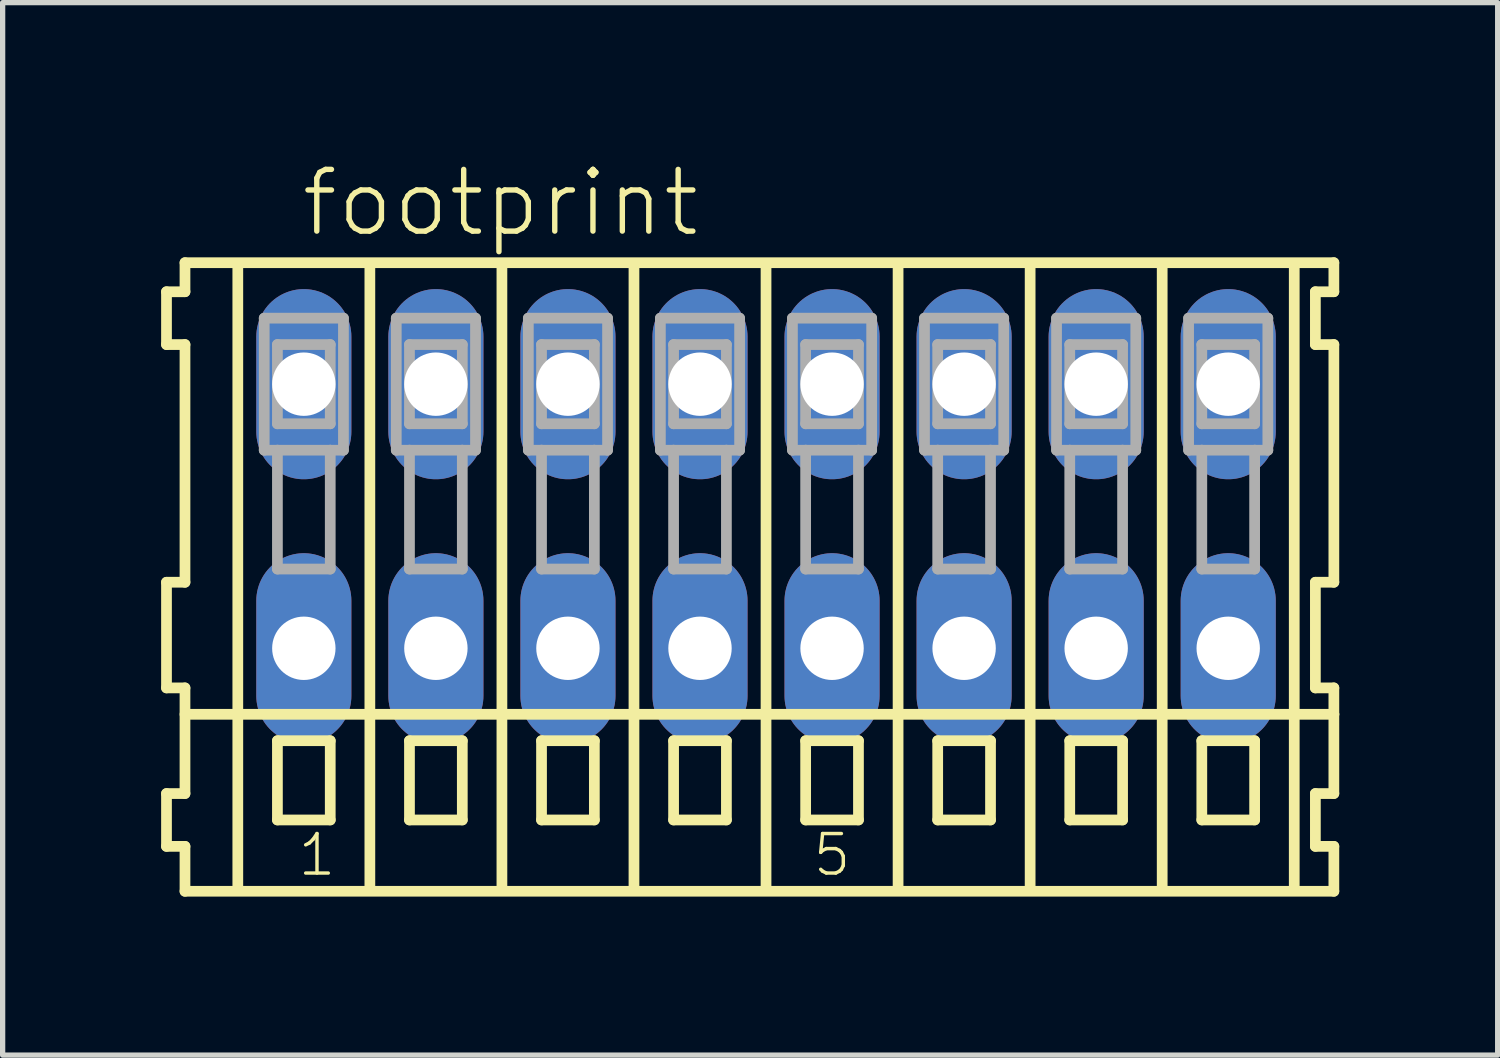
<source format=kicad_pcb>
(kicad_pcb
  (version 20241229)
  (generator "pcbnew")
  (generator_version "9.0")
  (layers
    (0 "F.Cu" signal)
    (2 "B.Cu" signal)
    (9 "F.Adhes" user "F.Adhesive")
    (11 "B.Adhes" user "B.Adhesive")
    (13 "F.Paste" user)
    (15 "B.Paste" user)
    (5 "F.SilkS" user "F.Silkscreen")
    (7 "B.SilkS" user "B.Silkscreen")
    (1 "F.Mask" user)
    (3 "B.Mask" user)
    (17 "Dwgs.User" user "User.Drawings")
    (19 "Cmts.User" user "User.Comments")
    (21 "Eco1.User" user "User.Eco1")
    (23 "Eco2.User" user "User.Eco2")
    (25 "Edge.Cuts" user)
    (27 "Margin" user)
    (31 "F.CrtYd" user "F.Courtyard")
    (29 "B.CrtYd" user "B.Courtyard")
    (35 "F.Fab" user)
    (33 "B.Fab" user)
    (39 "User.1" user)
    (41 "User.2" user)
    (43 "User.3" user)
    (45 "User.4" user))
  (footprint "footprint"
    (layer "F.Cu")
    (at 11.452 6.723)
    (property "Reference" "footprint" (at -8.85 -5.25 0) (layer "F.SilkS") (effects (font (size 1.168 1.168) (thickness 0.102)) (justify left bottom)))
    (fp_line (start -11.35 -4.25) (end -11.35 -3.25) (stroke (width 0.203) (type solid)) (layer "F.SilkS"))
    (fp_line (start -11.35 -3.25) (end -11 -3.25) (stroke (width 0.203) (type solid)) (layer "F.SilkS"))
    (fp_line (start -11.35 1.25) (end -11.35 3.25) (stroke (width 0.203) (type solid)) (layer "F.SilkS"))
    (fp_line (start -11.35 3.25) (end -11 3.25) (stroke (width 0.203) (type solid)) (layer "F.SilkS"))
    (fp_line (start -11.35 5.25) (end -11.35 6.25) (stroke (width 0.203) (type solid)) (layer "F.SilkS"))
    (fp_line (start -11.35 6.25) (end -11 6.25) (stroke (width 0.203) (type solid)) (layer "F.SilkS"))
    (fp_line (start -11 -4.8) (end -11 -4.25) (stroke (width 0.203) (type solid)) (layer "F.SilkS"))
    (fp_line (start -11 -4.25) (end -11.35 -4.25) (stroke (width 0.203) (type solid)) (layer "F.SilkS"))
    (fp_line (start -11 -3.25) (end -11 1.25) (stroke (width 0.203) (type solid)) (layer "F.SilkS"))
    (fp_line (start -11 1.25) (end -11.35 1.25) (stroke (width 0.203) (type solid)) (layer "F.SilkS"))
    (fp_line (start -11 3.25) (end -11 5.25) (stroke (width 0.203) (type solid)) (layer "F.SilkS"))
    (fp_line (start -11 3.75) (end 10.75 3.75) (stroke (width 0.203) (type solid)) (layer "F.SilkS"))
    (fp_line (start -11 5.25) (end -11.35 5.25) (stroke (width 0.203) (type solid)) (layer "F.SilkS"))
    (fp_line (start -11 6.25) (end -11 7.1) (stroke (width 0.203) (type solid)) (layer "F.SilkS"))
    (fp_line (start -11 7.1) (end 10.75 7.1) (stroke (width 0.203) (type solid)) (layer "F.SilkS"))
    (fp_line (start -10 -4.75) (end -10 7) (stroke (width 0.203) (type solid)) (layer "F.SilkS"))
    (fp_line (start -9.25 4.25) (end -9.25 5.75) (stroke (width 0.203) (type solid)) (layer "F.SilkS"))
    (fp_line (start -9.25 5.75) (end -8.25 5.75) (stroke (width 0.203) (type solid)) (layer "F.SilkS"))
    (fp_line (start -8.25 4.25) (end -9.25 4.25) (stroke (width 0.203) (type solid)) (layer "F.SilkS"))
    (fp_line (start -8.25 5.75) (end -8.25 4.25) (stroke (width 0.203) (type solid)) (layer "F.SilkS"))
    (fp_line (start -7.5 -4.75) (end -7.5 7) (stroke (width 0.203) (type solid)) (layer "F.SilkS"))
    (fp_line (start -6.75 4.25) (end -6.75 5.75) (stroke (width 0.203) (type solid)) (layer "F.SilkS"))
    (fp_line (start -6.75 5.75) (end -5.75 5.75) (stroke (width 0.203) (type solid)) (layer "F.SilkS"))
    (fp_line (start -5.75 4.25) (end -6.75 4.25) (stroke (width 0.203) (type solid)) (layer "F.SilkS"))
    (fp_line (start -5.75 5.75) (end -5.75 4.25) (stroke (width 0.203) (type solid)) (layer "F.SilkS"))
    (fp_line (start -5 -4.75) (end -5 7) (stroke (width 0.203) (type solid)) (layer "F.SilkS"))
    (fp_line (start -4.25 4.25) (end -4.25 5.75) (stroke (width 0.203) (type solid)) (layer "F.SilkS"))
    (fp_line (start -4.25 5.75) (end -3.25 5.75) (stroke (width 0.203) (type solid)) (layer "F.SilkS"))
    (fp_line (start -3.25 4.25) (end -4.25 4.25) (stroke (width 0.203) (type solid)) (layer "F.SilkS"))
    (fp_line (start -3.25 5.75) (end -3.25 4.25) (stroke (width 0.203) (type solid)) (layer "F.SilkS"))
    (fp_line (start -2.5 -4.75) (end -2.5 7) (stroke (width 0.203) (type solid)) (layer "F.SilkS"))
    (fp_line (start -1.75 4.25) (end -1.75 5.75) (stroke (width 0.203) (type solid)) (layer "F.SilkS"))
    (fp_line (start -1.75 5.75) (end -0.75 5.75) (stroke (width 0.203) (type solid)) (layer "F.SilkS"))
    (fp_line (start -0.75 4.25) (end -1.75 4.25) (stroke (width 0.203) (type solid)) (layer "F.SilkS"))
    (fp_line (start -0.75 5.75) (end -0.75 4.25) (stroke (width 0.203) (type solid)) (layer "F.SilkS"))
    (fp_line (start 0 -4.75) (end 0 7) (stroke (width 0.203) (type solid)) (layer "F.SilkS"))
    (fp_line (start 0.75 4.25) (end 0.75 5.75) (stroke (width 0.203) (type solid)) (layer "F.SilkS"))
    (fp_line (start 0.75 5.75) (end 1.75 5.75) (stroke (width 0.203) (type solid)) (layer "F.SilkS"))
    (fp_line (start 1.75 4.25) (end 0.75 4.25) (stroke (width 0.203) (type solid)) (layer "F.SilkS"))
    (fp_line (start 1.75 5.75) (end 1.75 4.25) (stroke (width 0.203) (type solid)) (layer "F.SilkS"))
    (fp_line (start 2.5 -4.75) (end 2.5 7) (stroke (width 0.203) (type solid)) (layer "F.SilkS"))
    (fp_line (start 3.25 4.25) (end 3.25 5.75) (stroke (width 0.203) (type solid)) (layer "F.SilkS"))
    (fp_line (start 3.25 5.75) (end 4.25 5.75) (stroke (width 0.203) (type solid)) (layer "F.SilkS"))
    (fp_line (start 4.25 4.25) (end 3.25 4.25) (stroke (width 0.203) (type solid)) (layer "F.SilkS"))
    (fp_line (start 4.25 5.75) (end 4.25 4.25) (stroke (width 0.203) (type solid)) (layer "F.SilkS"))
    (fp_line (start 5 -4.75) (end 5 7) (stroke (width 0.203) (type solid)) (layer "F.SilkS"))
    (fp_line (start 5.75 4.25) (end 5.75 5.75) (stroke (width 0.203) (type solid)) (layer "F.SilkS"))
    (fp_line (start 5.75 5.75) (end 6.75 5.75) (stroke (width 0.203) (type solid)) (layer "F.SilkS"))
    (fp_line (start 6.75 4.25) (end 5.75 4.25) (stroke (width 0.203) (type solid)) (layer "F.SilkS"))
    (fp_line (start 6.75 5.75) (end 6.75 4.25) (stroke (width 0.203) (type solid)) (layer "F.SilkS"))
    (fp_line (start 7.5 -4.75) (end 7.5 7) (stroke (width 0.203) (type solid)) (layer "F.SilkS"))
    (fp_line (start 8.25 4.25) (end 8.25 5.75) (stroke (width 0.203) (type solid)) (layer "F.SilkS"))
    (fp_line (start 8.25 5.75) (end 9.25 5.75) (stroke (width 0.203) (type solid)) (layer "F.SilkS"))
    (fp_line (start 9.25 4.25) (end 8.25 4.25) (stroke (width 0.203) (type solid)) (layer "F.SilkS"))
    (fp_line (start 9.25 5.75) (end 9.25 4.25) (stroke (width 0.203) (type solid)) (layer "F.SilkS"))
    (fp_line (start 10 -4.75) (end 10 7) (stroke (width 0.203) (type solid)) (layer "F.SilkS"))
    (fp_line (start 10.4 -4.25) (end 10.4 -3.25) (stroke (width 0.203) (type solid)) (layer "F.SilkS"))
    (fp_line (start 10.4 -3.25) (end 10.75 -3.25) (stroke (width 0.203) (type solid)) (layer "F.SilkS"))
    (fp_line (start 10.4 1.25) (end 10.4 3.25) (stroke (width 0.203) (type solid)) (layer "F.SilkS"))
    (fp_line (start 10.4 3.25) (end 10.75 3.25) (stroke (width 0.203) (type solid)) (layer "F.SilkS"))
    (fp_line (start 10.4 5.25) (end 10.4 6.25) (stroke (width 0.203) (type solid)) (layer "F.SilkS"))
    (fp_line (start 10.4 6.25) (end 10.75 6.25) (stroke (width 0.203) (type solid)) (layer "F.SilkS"))
    (fp_line (start 10.75 -4.8) (end -11 -4.8) (stroke (width 0.203) (type solid)) (layer "F.SilkS"))
    (fp_line (start 10.75 -4.25) (end 10.4 -4.25) (stroke (width 0.203) (type solid)) (layer "F.SilkS"))
    (fp_line (start 10.75 -4.25) (end 10.75 -4.8) (stroke (width 0.203) (type solid)) (layer "F.SilkS"))
    (fp_line (start 10.75 1.25) (end 10.4 1.25) (stroke (width 0.203) (type solid)) (layer "F.SilkS"))
    (fp_line (start 10.75 1.25) (end 10.75 -3.25) (stroke (width 0.203) (type solid)) (layer "F.SilkS"))
    (fp_line (start 10.75 3.75) (end 10.75 3.25) (stroke (width 0.203) (type solid)) (layer "F.SilkS"))
    (fp_line (start 10.75 5.25) (end 10.4 5.25) (stroke (width 0.203) (type solid)) (layer "F.SilkS"))
    (fp_line (start 10.75 5.25) (end 10.75 3.75) (stroke (width 0.203) (type solid)) (layer "F.SilkS"))
    (fp_line (start 10.75 7.1) (end 10.75 6.25) (stroke (width 0.203) (type solid)) (layer "F.SilkS"))
    (fp_line (start -9.5 -3.75) (end -9.5 -1.25) (stroke (width 0.203) (type solid)) (layer "F.Fab"))
    (fp_line (start -9.5 -1.25) (end -9.25 -1.25) (stroke (width 0.203) (type solid)) (layer "F.Fab"))
    (fp_line (start -9.25 -3.25) (end -9.25 -1.75) (stroke (width 0.203) (type solid)) (layer "F.Fab"))
    (fp_line (start -9.25 -1.75) (end -8.25 -1.75) (stroke (width 0.203) (type solid)) (layer "F.Fab"))
    (fp_line (start -9.25 -1.25) (end -9.25 1) (stroke (width 0.203) (type solid)) (layer "F.Fab"))
    (fp_line (start -9.25 -1.25) (end -8.25 -1.25) (stroke (width 0.203) (type solid)) (layer "F.Fab"))
    (fp_line (start -9.25 1) (end -8.25 1) (stroke (width 0.203) (type solid)) (layer "F.Fab"))
    (fp_line (start -8.25 -3.25) (end -9.25 -3.25) (stroke (width 0.203) (type solid)) (layer "F.Fab"))
    (fp_line (start -8.25 -1.75) (end -8.25 -3.25) (stroke (width 0.203) (type solid)) (layer "F.Fab"))
    (fp_line (start -8.25 -1.25) (end -8 -1.25) (stroke (width 0.203) (type solid)) (layer "F.Fab"))
    (fp_line (start -8.25 1) (end -8.25 -1.25) (stroke (width 0.203) (type solid)) (layer "F.Fab"))
    (fp_line (start -8 -3.75) (end -9.5 -3.75) (stroke (width 0.203) (type solid)) (layer "F.Fab"))
    (fp_line (start -8 -1.25) (end -8 -3.75) (stroke (width 0.203) (type solid)) (layer "F.Fab"))
    (fp_line (start -7 -3.75) (end -7 -1.25) (stroke (width 0.203) (type solid)) (layer "F.Fab"))
    (fp_line (start -7 -1.25) (end -6.75 -1.25) (stroke (width 0.203) (type solid)) (layer "F.Fab"))
    (fp_line (start -6.75 -3.25) (end -6.75 -1.75) (stroke (width 0.203) (type solid)) (layer "F.Fab"))
    (fp_line (start -6.75 -1.75) (end -5.75 -1.75) (stroke (width 0.203) (type solid)) (layer "F.Fab"))
    (fp_line (start -6.75 -1.25) (end -6.75 1) (stroke (width 0.203) (type solid)) (layer "F.Fab"))
    (fp_line (start -6.75 -1.25) (end -5.75 -1.25) (stroke (width 0.203) (type solid)) (layer "F.Fab"))
    (fp_line (start -6.75 1) (end -5.75 1) (stroke (width 0.203) (type solid)) (layer "F.Fab"))
    (fp_line (start -5.75 -3.25) (end -6.75 -3.25) (stroke (width 0.203) (type solid)) (layer "F.Fab"))
    (fp_line (start -5.75 -1.75) (end -5.75 -3.25) (stroke (width 0.203) (type solid)) (layer "F.Fab"))
    (fp_line (start -5.75 -1.25) (end -5.5 -1.25) (stroke (width 0.203) (type solid)) (layer "F.Fab"))
    (fp_line (start -5.75 1) (end -5.75 -1.25) (stroke (width 0.203) (type solid)) (layer "F.Fab"))
    (fp_line (start -5.5 -3.75) (end -7 -3.75) (stroke (width 0.203) (type solid)) (layer "F.Fab"))
    (fp_line (start -5.5 -1.25) (end -5.5 -3.75) (stroke (width 0.203) (type solid)) (layer "F.Fab"))
    (fp_line (start -4.5 -3.75) (end -4.5 -1.25) (stroke (width 0.203) (type solid)) (layer "F.Fab"))
    (fp_line (start -4.5 -1.25) (end -4.25 -1.25) (stroke (width 0.203) (type solid)) (layer "F.Fab"))
    (fp_line (start -4.25 -3.25) (end -4.25 -1.75) (stroke (width 0.203) (type solid)) (layer "F.Fab"))
    (fp_line (start -4.25 -1.75) (end -3.25 -1.75) (stroke (width 0.203) (type solid)) (layer "F.Fab"))
    (fp_line (start -4.25 -1.25) (end -4.25 1) (stroke (width 0.203) (type solid)) (layer "F.Fab"))
    (fp_line (start -4.25 -1.25) (end -3.25 -1.25) (stroke (width 0.203) (type solid)) (layer "F.Fab"))
    (fp_line (start -4.25 1) (end -3.25 1) (stroke (width 0.203) (type solid)) (layer "F.Fab"))
    (fp_line (start -3.25 -3.25) (end -4.25 -3.25) (stroke (width 0.203) (type solid)) (layer "F.Fab"))
    (fp_line (start -3.25 -1.75) (end -3.25 -3.25) (stroke (width 0.203) (type solid)) (layer "F.Fab"))
    (fp_line (start -3.25 -1.25) (end -3 -1.25) (stroke (width 0.203) (type solid)) (layer "F.Fab"))
    (fp_line (start -3.25 1) (end -3.25 -1.25) (stroke (width 0.203) (type solid)) (layer "F.Fab"))
    (fp_line (start -3 -3.75) (end -4.5 -3.75) (stroke (width 0.203) (type solid)) (layer "F.Fab"))
    (fp_line (start -3 -1.25) (end -3 -3.75) (stroke (width 0.203) (type solid)) (layer "F.Fab"))
    (fp_line (start -2 -3.75) (end -2 -1.25) (stroke (width 0.203) (type solid)) (layer "F.Fab"))
    (fp_line (start -2 -1.25) (end -1.75 -1.25) (stroke (width 0.203) (type solid)) (layer "F.Fab"))
    (fp_line (start -1.75 -3.25) (end -1.75 -1.75) (stroke (width 0.203) (type solid)) (layer "F.Fab"))
    (fp_line (start -1.75 -1.75) (end -0.75 -1.75) (stroke (width 0.203) (type solid)) (layer "F.Fab"))
    (fp_line (start -1.75 -1.25) (end -1.75 1) (stroke (width 0.203) (type solid)) (layer "F.Fab"))
    (fp_line (start -1.75 -1.25) (end -0.75 -1.25) (stroke (width 0.203) (type solid)) (layer "F.Fab"))
    (fp_line (start -1.75 1) (end -0.75 1) (stroke (width 0.203) (type solid)) (layer "F.Fab"))
    (fp_line (start -0.75 -3.25) (end -1.75 -3.25) (stroke (width 0.203) (type solid)) (layer "F.Fab"))
    (fp_line (start -0.75 -1.75) (end -0.75 -3.25) (stroke (width 0.203) (type solid)) (layer "F.Fab"))
    (fp_line (start -0.75 -1.25) (end -0.5 -1.25) (stroke (width 0.203) (type solid)) (layer "F.Fab"))
    (fp_line (start -0.75 1) (end -0.75 -1.25) (stroke (width 0.203) (type solid)) (layer "F.Fab"))
    (fp_line (start -0.5 -3.75) (end -2 -3.75) (stroke (width 0.203) (type solid)) (layer "F.Fab"))
    (fp_line (start -0.5 -1.25) (end -0.5 -3.75) (stroke (width 0.203) (type solid)) (layer "F.Fab"))
    (fp_line (start 0.5 -3.75) (end 0.5 -1.25) (stroke (width 0.203) (type solid)) (layer "F.Fab"))
    (fp_line (start 0.5 -1.25) (end 0.75 -1.25) (stroke (width 0.203) (type solid)) (layer "F.Fab"))
    (fp_line (start 0.75 -3.25) (end 0.75 -1.75) (stroke (width 0.203) (type solid)) (layer "F.Fab"))
    (fp_line (start 0.75 -1.75) (end 1.75 -1.75) (stroke (width 0.203) (type solid)) (layer "F.Fab"))
    (fp_line (start 0.75 -1.25) (end 0.75 1) (stroke (width 0.203) (type solid)) (layer "F.Fab"))
    (fp_line (start 0.75 -1.25) (end 1.75 -1.25) (stroke (width 0.203) (type solid)) (layer "F.Fab"))
    (fp_line (start 0.75 1) (end 1.75 1) (stroke (width 0.203) (type solid)) (layer "F.Fab"))
    (fp_line (start 1.75 -3.25) (end 0.75 -3.25) (stroke (width 0.203) (type solid)) (layer "F.Fab"))
    (fp_line (start 1.75 -1.75) (end 1.75 -3.25) (stroke (width 0.203) (type solid)) (layer "F.Fab"))
    (fp_line (start 1.75 -1.25) (end 2 -1.25) (stroke (width 0.203) (type solid)) (layer "F.Fab"))
    (fp_line (start 1.75 1) (end 1.75 -1.25) (stroke (width 0.203) (type solid)) (layer "F.Fab"))
    (fp_line (start 2 -3.75) (end 0.5 -3.75) (stroke (width 0.203) (type solid)) (layer "F.Fab"))
    (fp_line (start 2 -1.25) (end 2 -3.75) (stroke (width 0.203) (type solid)) (layer "F.Fab"))
    (fp_line (start 3 -3.75) (end 3 -1.25) (stroke (width 0.203) (type solid)) (layer "F.Fab"))
    (fp_line (start 3 -1.25) (end 3.25 -1.25) (stroke (width 0.203) (type solid)) (layer "F.Fab"))
    (fp_line (start 3.25 -3.25) (end 3.25 -1.75) (stroke (width 0.203) (type solid)) (layer "F.Fab"))
    (fp_line (start 3.25 -1.75) (end 4.25 -1.75) (stroke (width 0.203) (type solid)) (layer "F.Fab"))
    (fp_line (start 3.25 -1.25) (end 3.25 1) (stroke (width 0.203) (type solid)) (layer "F.Fab"))
    (fp_line (start 3.25 -1.25) (end 4.25 -1.25) (stroke (width 0.203) (type solid)) (layer "F.Fab"))
    (fp_line (start 3.25 1) (end 4.25 1) (stroke (width 0.203) (type solid)) (layer "F.Fab"))
    (fp_line (start 4.25 -3.25) (end 3.25 -3.25) (stroke (width 0.203) (type solid)) (layer "F.Fab"))
    (fp_line (start 4.25 -1.75) (end 4.25 -3.25) (stroke (width 0.203) (type solid)) (layer "F.Fab"))
    (fp_line (start 4.25 -1.25) (end 4.5 -1.25) (stroke (width 0.203) (type solid)) (layer "F.Fab"))
    (fp_line (start 4.25 1) (end 4.25 -1.25) (stroke (width 0.203) (type solid)) (layer "F.Fab"))
    (fp_line (start 4.5 -3.75) (end 3 -3.75) (stroke (width 0.203) (type solid)) (layer "F.Fab"))
    (fp_line (start 4.5 -1.25) (end 4.5 -3.75) (stroke (width 0.203) (type solid)) (layer "F.Fab"))
    (fp_line (start 5.5 -3.75) (end 5.5 -1.25) (stroke (width 0.203) (type solid)) (layer "F.Fab"))
    (fp_line (start 5.5 -1.25) (end 5.75 -1.25) (stroke (width 0.203) (type solid)) (layer "F.Fab"))
    (fp_line (start 5.75 -3.25) (end 5.75 -1.75) (stroke (width 0.203) (type solid)) (layer "F.Fab"))
    (fp_line (start 5.75 -1.75) (end 6.75 -1.75) (stroke (width 0.203) (type solid)) (layer "F.Fab"))
    (fp_line (start 5.75 -1.25) (end 5.75 1) (stroke (width 0.203) (type solid)) (layer "F.Fab"))
    (fp_line (start 5.75 -1.25) (end 6.75 -1.25) (stroke (width 0.203) (type solid)) (layer "F.Fab"))
    (fp_line (start 5.75 1) (end 6.75 1) (stroke (width 0.203) (type solid)) (layer "F.Fab"))
    (fp_line (start 6.75 -3.25) (end 5.75 -3.25) (stroke (width 0.203) (type solid)) (layer "F.Fab"))
    (fp_line (start 6.75 -1.75) (end 6.75 -3.25) (stroke (width 0.203) (type solid)) (layer "F.Fab"))
    (fp_line (start 6.75 -1.25) (end 7 -1.25) (stroke (width 0.203) (type solid)) (layer "F.Fab"))
    (fp_line (start 6.75 1) (end 6.75 -1.25) (stroke (width 0.203) (type solid)) (layer "F.Fab"))
    (fp_line (start 7 -3.75) (end 5.5 -3.75) (stroke (width 0.203) (type solid)) (layer "F.Fab"))
    (fp_line (start 7 -1.25) (end 7 -3.75) (stroke (width 0.203) (type solid)) (layer "F.Fab"))
    (fp_line (start 8 -3.75) (end 8 -1.25) (stroke (width 0.203) (type solid)) (layer "F.Fab"))
    (fp_line (start 8 -1.25) (end 8.25 -1.25) (stroke (width 0.203) (type solid)) (layer "F.Fab"))
    (fp_line (start 8.25 -3.25) (end 8.25 -1.75) (stroke (width 0.203) (type solid)) (layer "F.Fab"))
    (fp_line (start 8.25 -1.75) (end 9.25 -1.75) (stroke (width 0.203) (type solid)) (layer "F.Fab"))
    (fp_line (start 8.25 -1.25) (end 8.25 1) (stroke (width 0.203) (type solid)) (layer "F.Fab"))
    (fp_line (start 8.25 -1.25) (end 9.25 -1.25) (stroke (width 0.203) (type solid)) (layer "F.Fab"))
    (fp_line (start 8.25 1) (end 9.25 1) (stroke (width 0.203) (type solid)) (layer "F.Fab"))
    (fp_line (start 9.25 -3.25) (end 8.25 -3.25) (stroke (width 0.203) (type solid)) (layer "F.Fab"))
    (fp_line (start 9.25 -1.75) (end 9.25 -3.25) (stroke (width 0.203) (type solid)) (layer "F.Fab"))
    (fp_line (start 9.25 -1.25) (end 9.5 -1.25) (stroke (width 0.203) (type solid)) (layer "F.Fab"))
    (fp_line (start 9.25 1) (end 9.25 -1.25) (stroke (width 0.203) (type solid)) (layer "F.Fab"))
    (fp_line (start 9.5 -3.75) (end 8 -3.75) (stroke (width 0.203) (type solid)) (layer "F.Fab"))
    (fp_line (start 9.5 -1.25) (end 9.5 -3.75) (stroke (width 0.203) (type solid)) (layer "F.Fab"))
    (fp_text user "5" (at 0.85 6.85 0) (layer "F.SilkS") (effects (font (size 0.748 0.748) (thickness 0.065)) (justify left bottom)))
    (fp_text user "1" (at -8.9 6.85 0) (layer "F.SilkS") (effects (font (size 0.748 0.748) (thickness 0.065)) (justify left bottom)))
    (pad "A1" thru_hole oval (at -8.75 -2.5 90) (size 3.6 1.8) (drill 1.2) (layers "*.Cu" "*.Mask"))
    (pad "A2" thru_hole oval (at -6.25 -2.5 90) (size 3.6 1.8) (drill 1.2) (layers "*.Cu" "*.Mask"))
    (pad "A3" thru_hole oval (at -3.75 -2.5 90) (size 3.6 1.8) (drill 1.2) (layers "*.Cu" "*.Mask"))
    (pad "A4" thru_hole oval (at -1.25 -2.5 90) (size 3.6 1.8) (drill 1.2) (layers "*.Cu" "*.Mask"))
    (pad "A5" thru_hole oval (at 1.25 -2.5 90) (size 3.6 1.8) (drill 1.2) (layers "*.Cu" "*.Mask"))
    (pad "A6" thru_hole oval (at 3.75 -2.5 90) (size 3.6 1.8) (drill 1.2) (layers "*.Cu" "*.Mask"))
    (pad "A7" thru_hole oval (at 6.25 -2.5 90) (size 3.6 1.8) (drill 1.2) (layers "*.Cu" "*.Mask"))
    (pad "A8" thru_hole oval (at 8.75 -2.5 90) (size 3.6 1.8) (drill 1.2) (layers "*.Cu" "*.Mask"))
    (pad "B1" thru_hole oval (at -8.75 2.5 90) (size 3.6 1.8) (drill 1.2) (layers "*.Cu" "*.Mask"))
    (pad "B2" thru_hole oval (at -6.25 2.5 90) (size 3.6 1.8) (drill 1.2) (layers "*.Cu" "*.Mask"))
    (pad "B3" thru_hole oval (at -3.75 2.5 90) (size 3.6 1.8) (drill 1.2) (layers "*.Cu" "*.Mask"))
    (pad "B4" thru_hole oval (at -1.25 2.5 90) (size 3.6 1.8) (drill 1.2) (layers "*.Cu" "*.Mask"))
    (pad "B5" thru_hole oval (at 1.25 2.5 90) (size 3.6 1.8) (drill 1.2) (layers "*.Cu" "*.Mask"))
    (pad "B6" thru_hole oval (at 3.75 2.5 90) (size 3.6 1.8) (drill 1.2) (layers "*.Cu" "*.Mask"))
    (pad "B7" thru_hole oval (at 6.25 2.5 90) (size 3.6 1.8) (drill 1.2) (layers "*.Cu" "*.Mask"))
    (pad "B8" thru_hole oval (at 8.75 2.5 90) (size 3.6 1.8) (drill 1.2) (layers "*.Cu" "*.Mask")))
  (gr_rect
    (start -3 -3)
    (end 25.303 16.925)
    (stroke (width 0.1) (type default))
    (fill no)
    (layer "Edge.Cuts")))
</source>
